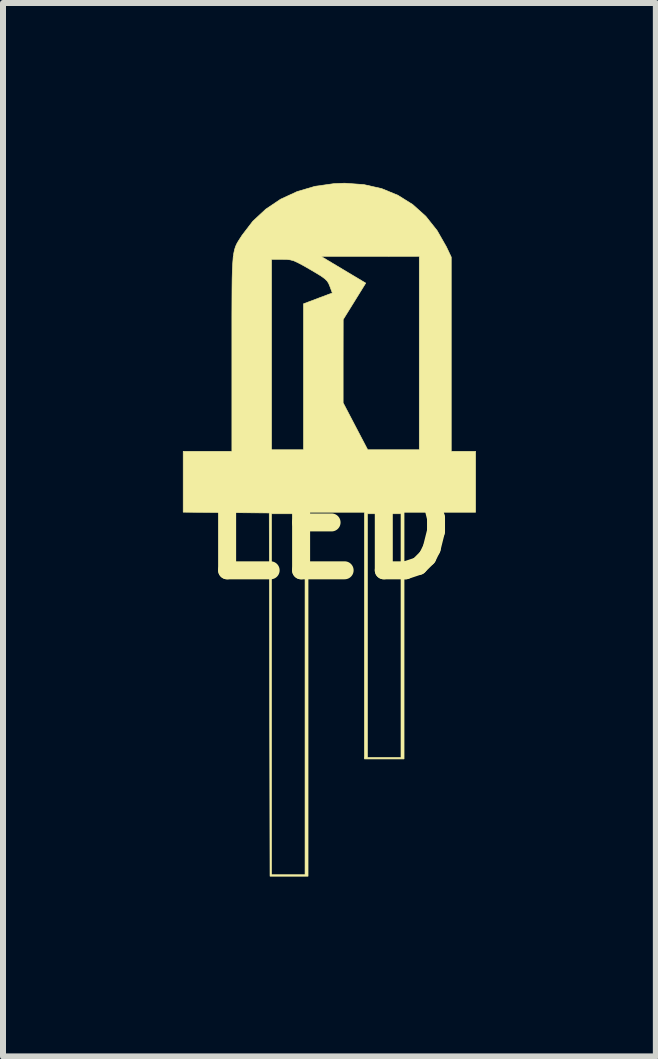
<source format=kicad_pcb>
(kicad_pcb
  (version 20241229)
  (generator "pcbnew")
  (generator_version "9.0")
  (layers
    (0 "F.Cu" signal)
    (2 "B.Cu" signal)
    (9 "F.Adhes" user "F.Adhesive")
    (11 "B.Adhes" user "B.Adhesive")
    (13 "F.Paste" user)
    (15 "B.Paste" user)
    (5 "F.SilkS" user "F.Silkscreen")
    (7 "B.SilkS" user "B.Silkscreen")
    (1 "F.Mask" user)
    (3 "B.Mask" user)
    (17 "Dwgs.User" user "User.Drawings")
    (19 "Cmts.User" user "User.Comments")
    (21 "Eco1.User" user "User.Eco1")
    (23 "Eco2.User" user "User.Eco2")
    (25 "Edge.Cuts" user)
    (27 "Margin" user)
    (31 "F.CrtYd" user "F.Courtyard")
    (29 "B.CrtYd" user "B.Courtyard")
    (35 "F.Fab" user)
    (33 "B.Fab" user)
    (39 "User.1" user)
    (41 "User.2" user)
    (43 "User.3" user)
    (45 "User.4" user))
  (footprint "LED"
    (layer "F.Cu")
    (at 2.443 5.771)
    (property "Reference" "LED" (at 0 0 0) (layer "F.SilkS") (effects (font (size 1.524 1.524) (thickness 0.3))))
    (attr through_hole)
    (fp_poly (pts (xy 0.575 -5.743) (xy 0.872 -5.676) (xy 1.144 -5.564) (xy 1.39 -5.41) (xy 1.608 -5.214) (xy 1.796 -4.977) (xy 1.954 -4.7) (xy 1.957 -4.693) (xy 2.032 -4.534) (xy 2.032 -2.915) (xy 2.032 -1.295) (xy 2.438 -1.295) (xy 2.438 -0.279) (xy 1.245 -0.279) (xy 1.245 3.835) (xy 0.584 3.835) (xy 0.584 -0.254) (xy 0.635 -0.254) (xy 0.635 3.81) (xy 1.194 3.81) (xy 1.194 -0.254) (xy 0.635 -0.254) (xy 0.584 -0.254) (xy 0.584 -0.279) (xy -0.356 -0.279) (xy -0.356 5.791) (xy -0.99 5.791) (xy -1.003 -0.254) (xy -0.965 -0.254) (xy -0.965 5.766) (xy -0.406 5.766) (xy -0.406 -0.254) (xy -0.965 -0.254) (xy -1.003 -0.254) (xy -1.003 -0.267) (xy -1.721 -0.273) (xy -2.438 -0.28) (xy -2.438 -1.295) (xy -1.626 -1.295) (xy -1.626 -2.931) (xy -1.626 -3.265) (xy -1.626 -3.553) (xy -1.625 -3.798) (xy -1.624 -4.005) (xy -1.622 -4.177) (xy -1.618 -4.318) (xy -1.612 -4.433) (xy -1.607 -4.496) (xy -0.965 -4.496) (xy -0.965 -1.321) (xy -0.432 -1.321) (xy -0.432 -3.755) (xy -0.26 -3.819) (xy -0.164 -3.856) (xy -0.077 -3.888) (xy -0.02 -3.91) (xy 0.049 -3.935) (xy 0.007 -4.048) (xy -0.013 -4.096) (xy -0.039 -4.136) (xy -0.078 -4.174) (xy -0.139 -4.218) (xy -0.229 -4.273) (xy -0.324 -4.329) (xy -0.443 -4.397) (xy -0.53 -4.443) (xy -0.597 -4.473) (xy -0.654 -4.488) (xy -0.713 -4.495) (xy -0.786 -4.496) (xy -0.789 -4.496) (xy -0.965 -4.496) (xy -1.607 -4.496) (xy -1.605 -4.526) (xy -1.602 -4.546) (xy -0.14 -4.546) (xy 0.606 -4.1) (xy 0.418 -3.796) (xy 0.23 -3.493) (xy 0.229 -2.798) (xy 0.229 -2.104) (xy 0.434 -1.712) (xy 0.639 -1.321) (xy 1.499 -1.321) (xy 1.499 -4.547) (xy 0.679 -4.546) (xy -0.14 -4.546) (xy -1.602 -4.546) (xy -1.594 -4.601) (xy -1.581 -4.661) (xy -1.565 -4.711) (xy -1.545 -4.755) (xy -1.521 -4.797) (xy -1.493 -4.841) (xy -1.46 -4.892) (xy -1.457 -4.897) (xy -1.277 -5.132) (xy -1.061 -5.333) (xy -0.814 -5.499) (xy -0.539 -5.626) (xy -0.241 -5.714) (xy 0.077 -5.759) (xy 0.255 -5.766) (xy 0.575 -5.743)) (stroke (width 0.01) (type solid)) (fill yes) (layer "F.SilkS")))
  (gr_rect
    (start -3 -3)
    (end 7.887 14.567)
    (stroke (width 0.1) (type default))
    (fill no)
    (layer "Edge.Cuts")))
</source>
